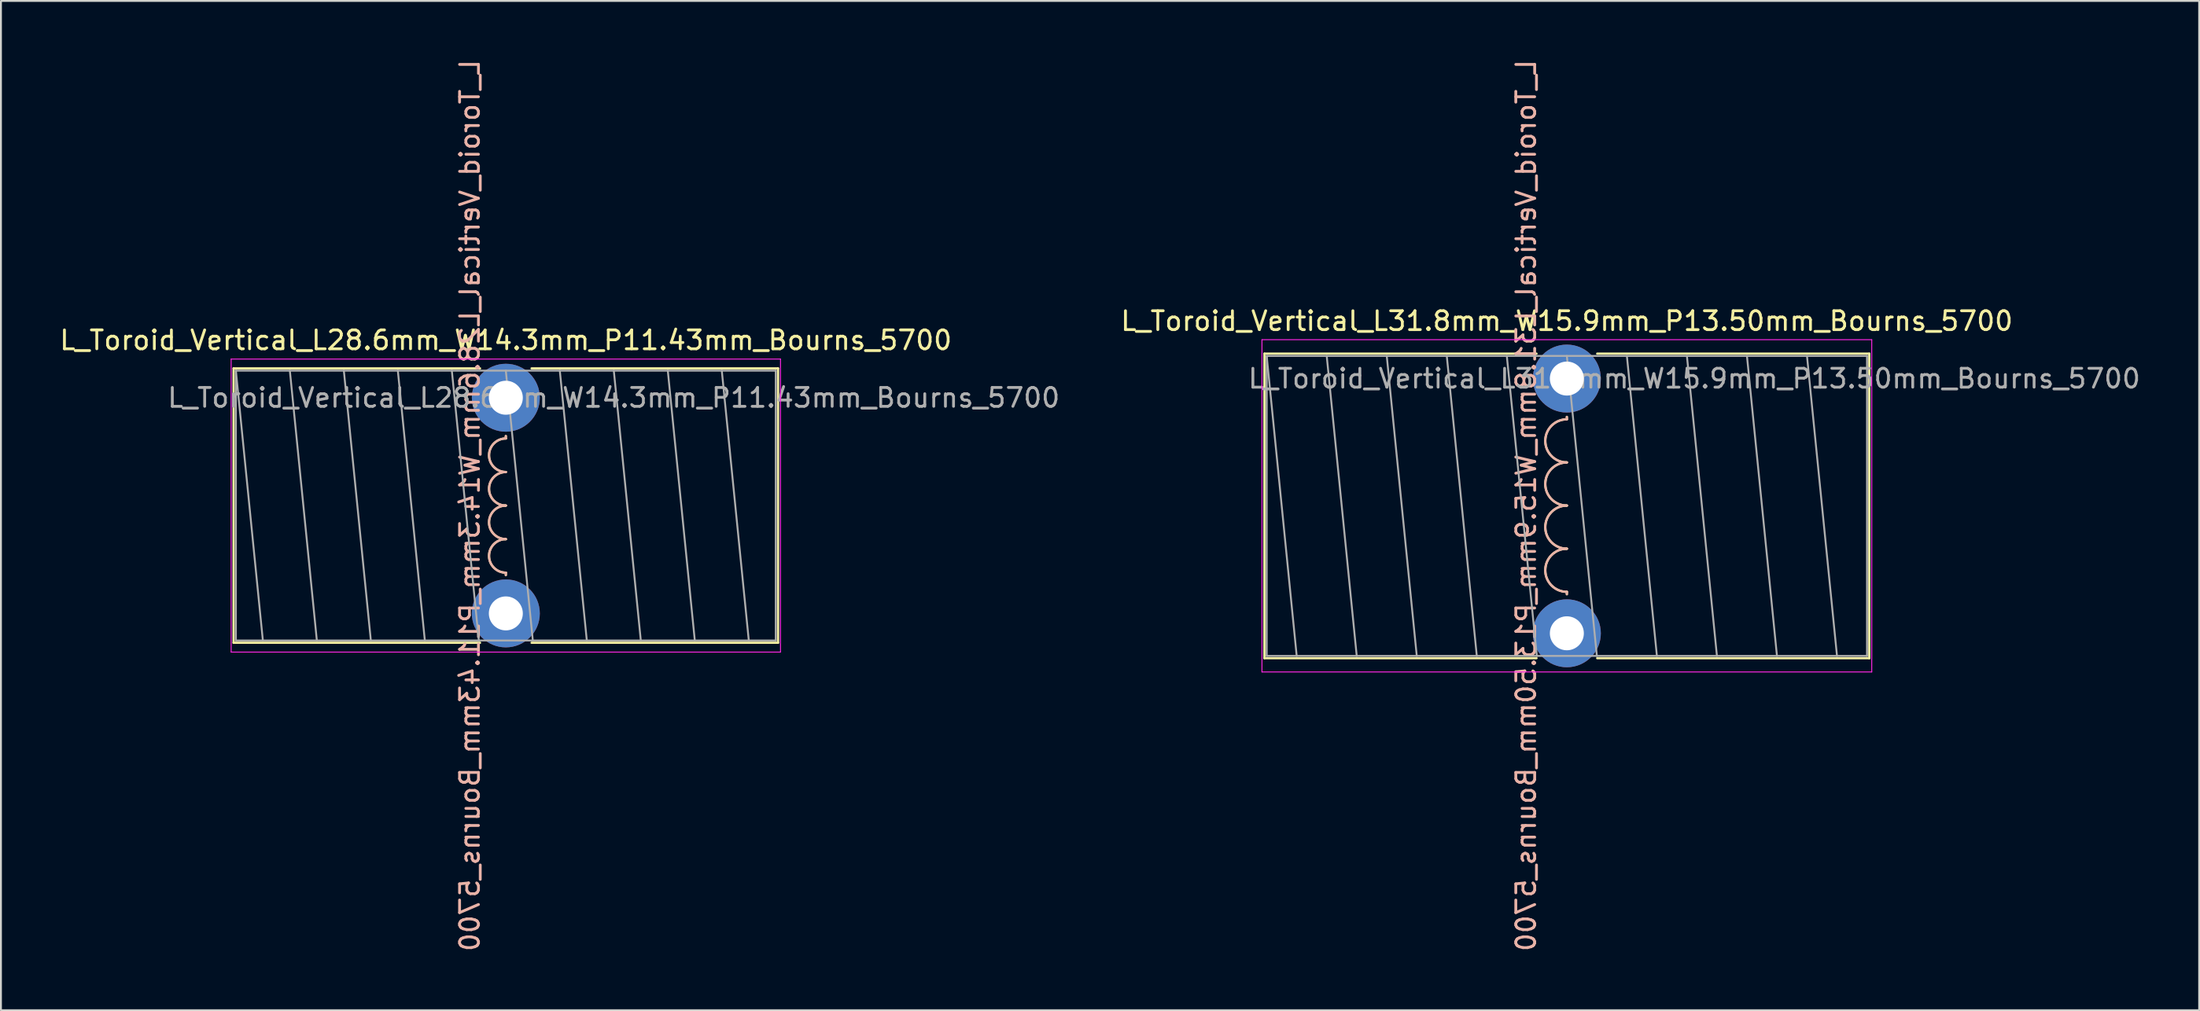
<source format=kicad_pcb>
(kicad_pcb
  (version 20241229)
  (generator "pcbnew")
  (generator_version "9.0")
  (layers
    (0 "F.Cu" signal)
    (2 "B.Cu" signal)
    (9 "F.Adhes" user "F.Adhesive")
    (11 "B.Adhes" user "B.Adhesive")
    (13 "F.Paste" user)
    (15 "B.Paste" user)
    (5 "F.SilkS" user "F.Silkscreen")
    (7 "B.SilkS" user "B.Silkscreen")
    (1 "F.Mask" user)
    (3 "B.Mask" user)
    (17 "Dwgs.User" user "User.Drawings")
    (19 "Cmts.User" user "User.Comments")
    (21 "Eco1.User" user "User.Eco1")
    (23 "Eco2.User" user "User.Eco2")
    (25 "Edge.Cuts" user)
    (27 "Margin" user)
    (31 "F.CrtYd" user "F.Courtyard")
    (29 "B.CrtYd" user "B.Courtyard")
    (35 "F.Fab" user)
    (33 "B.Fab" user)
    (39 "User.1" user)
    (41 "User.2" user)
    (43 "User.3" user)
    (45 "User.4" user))
  (footprint "L_Toroid_Vertical_L28.6mm_W14.3mm_P11.43mm_Bourns_5700"
    (layer "F.Cu")
    (at 23.744 18.029)
    (property "Reference" "L_Toroid_Vertical_L28.6mm_W14.3mm_P11.43mm_Bourns_5700" (at 0 -3.05 0) (layer "F.SilkS") (effects (font (size 1 1) (thickness 0.15))))
    (fp_line (start -14.42 -1.555) (end -14.42 12.985) (stroke (width 0.12) (type solid)) (layer "F.SilkS"))
    (fp_line (start -14.42 -1.555) (end -1.365 -1.555) (stroke (width 0.12) (type solid)) (layer "F.SilkS"))
    (fp_line (start -14.42 12.985) (end -1.365 12.985) (stroke (width 0.12) (type solid)) (layer "F.SilkS"))
    (fp_line (start 0 2.159) (end 0 2.032) (stroke (width 0.12) (type solid)) (layer "F.SilkS"))
    (fp_line (start 0 9.271) (end 0 9.398) (stroke (width 0.12) (type solid)) (layer "F.SilkS"))
    (fp_line (start 1.365 -1.555) (end 14.42 -1.555) (stroke (width 0.12) (type solid)) (layer "F.SilkS"))
    (fp_line (start 1.365 12.985) (end 14.42 12.985) (stroke (width 0.12) (type solid)) (layer "F.SilkS"))
    (fp_line (start 14.42 -1.555) (end 14.42 12.985) (stroke (width 0.12) (type solid)) (layer "F.SilkS"))
    (fp_arc (start 0 3.937) (mid -0.889 3.048) (end 0 2.159) (stroke (width 0.12) (type solid)) (layer "F.SilkS"))
    (fp_arc (start 0 5.715) (mid -0.889 4.826) (end 0 3.937) (stroke (width 0.12) (type solid)) (layer "F.SilkS"))
    (fp_arc (start 0 7.493) (mid -0.889 6.604) (end 0 5.715) (stroke (width 0.12) (type solid)) (layer "F.SilkS"))
    (fp_arc (start 0 9.271) (mid -0.889 8.382) (end 0 7.493) (stroke (width 0.12) (type solid)) (layer "F.SilkS"))
    (fp_line (start 0 2.159) (end 0 2.032) (stroke (width 0.12) (type solid)) (layer "B.SilkS"))
    (fp_line (start 0 9.271) (end 0 9.398) (stroke (width 0.12) (type solid)) (layer "B.SilkS"))
    (fp_arc (start 0 3.937) (mid -0.889 3.048) (end 0 2.159) (stroke (width 0.12) (type solid)) (layer "B.SilkS"))
    (fp_arc (start 0 5.715) (mid -0.889 4.826) (end 0 3.937) (stroke (width 0.12) (type solid)) (layer "B.SilkS"))
    (fp_arc (start 0 7.493) (mid -0.889 6.604) (end 0 5.715) (stroke (width 0.12) (type solid)) (layer "B.SilkS"))
    (fp_arc (start 0 9.271) (mid -0.889 8.382) (end 0 7.493) (stroke (width 0.12) (type solid)) (layer "B.SilkS"))
    (fp_line (start -14.55 -2.05) (end -14.55 13.48) (stroke (width 0.05) (type solid)) (layer "F.CrtYd"))
    (fp_line (start -14.55 13.48) (end 14.55 13.48) (stroke (width 0.05) (type solid)) (layer "F.CrtYd"))
    (fp_line (start 14.55 -2.05) (end -14.55 -2.05) (stroke (width 0.05) (type solid)) (layer "F.CrtYd"))
    (fp_line (start 14.55 13.48) (end 14.55 -2.05) (stroke (width 0.05) (type solid)) (layer "F.CrtYd"))
    (fp_line (start -14.3 -1.435) (end -14.3 12.865) (stroke (width 0.1) (type solid)) (layer "F.Fab"))
    (fp_line (start -14.3 -1.435) (end -12.87 12.865) (stroke (width 0.1) (type solid)) (layer "F.Fab"))
    (fp_line (start -14.3 12.865) (end 14.3 12.865) (stroke (width 0.1) (type solid)) (layer "F.Fab"))
    (fp_line (start -11.44 -1.435) (end -10.01 12.865) (stroke (width 0.1) (type solid)) (layer "F.Fab"))
    (fp_line (start -8.58 -1.435) (end -7.15 12.865) (stroke (width 0.1) (type solid)) (layer "F.Fab"))
    (fp_line (start -5.72 -1.435) (end -4.29 12.865) (stroke (width 0.1) (type solid)) (layer "F.Fab"))
    (fp_line (start -2.86 -1.435) (end -1.43 12.865) (stroke (width 0.1) (type solid)) (layer "F.Fab"))
    (fp_line (start 0 -1.435) (end 1.43 12.865) (stroke (width 0.1) (type solid)) (layer "F.Fab"))
    (fp_line (start 2.86 -1.435) (end 4.29 12.865) (stroke (width 0.1) (type solid)) (layer "F.Fab"))
    (fp_line (start 5.72 -1.435) (end 7.15 12.865) (stroke (width 0.1) (type solid)) (layer "F.Fab"))
    (fp_line (start 8.58 -1.435) (end 10.01 12.865) (stroke (width 0.1) (type solid)) (layer "F.Fab"))
    (fp_line (start 11.44 -1.435) (end 12.87 12.865) (stroke (width 0.1) (type solid)) (layer "F.Fab"))
    (fp_line (start 14.3 -1.435) (end -14.3 -1.435) (stroke (width 0.1) (type solid)) (layer "F.Fab"))
    (fp_line (start 14.3 12.865) (end 14.3 -1.435) (stroke (width 0.1) (type solid)) (layer "F.Fab"))
    (fp_text user "${REFERENCE}" (at -1.905 5.715 90) (layer "B.SilkS") (effects (font (size 1 1) (thickness 0.15)) (justify mirror)))
    (fp_text user "${REFERENCE}" (at 5.715 0 0) (layer "F.Fab") (effects (font (size 1 1) (thickness 0.15))))
    (pad "1" thru_hole circle (at 0 0) (size 3.6 3.6) (drill 1.8) (layers "*.Cu" "*.Mask"))
    (pad "2" thru_hole circle (at 0 11.43) (size 3.6 3.6) (drill 1.8) (layers "*.Cu" "*.Mask")))
  (footprint "L_Toroid_Vertical_L31.8mm_W15.9mm_P13.50mm_Bourns_5700"
    (layer "F.Cu")
    (at 79.947 17.013)
    (property "Reference" "L_Toroid_Vertical_L31.8mm_W15.9mm_P13.50mm_Bourns_5700" (at 0 -3.05 0) (layer "F.SilkS") (effects (font (size 1 1) (thickness 0.15))))
    (fp_line (start -16.02 -1.32) (end -16.02 14.82) (stroke (width 0.12) (type solid)) (layer "F.SilkS"))
    (fp_line (start -16.02 -1.32) (end -1.608 -1.32) (stroke (width 0.12) (type solid)) (layer "F.SilkS"))
    (fp_line (start -16.02 14.82) (end -1.608 14.82) (stroke (width 0.12) (type solid)) (layer "F.SilkS"))
    (fp_line (start 0 2.159) (end 0 2.032) (stroke (width 0.12) (type solid)) (layer "F.SilkS"))
    (fp_line (start 0 11.303) (end 0 11.43) (stroke (width 0.12) (type solid)) (layer "F.SilkS"))
    (fp_line (start 1.608 -1.32) (end 16.02 -1.32) (stroke (width 0.12) (type solid)) (layer "F.SilkS"))
    (fp_line (start 1.608 14.82) (end 16.02 14.82) (stroke (width 0.12) (type solid)) (layer "F.SilkS"))
    (fp_line (start 16.02 -1.32) (end 16.02 14.82) (stroke (width 0.12) (type solid)) (layer "F.SilkS"))
    (fp_arc (start 0 4.445) (mid -1.143 3.302) (end 0 2.159) (stroke (width 0.12) (type solid)) (layer "F.SilkS"))
    (fp_arc (start 0 6.731) (mid -1.143 5.588) (end 0 4.445) (stroke (width 0.12) (type solid)) (layer "F.SilkS"))
    (fp_arc (start 0 9.017) (mid -1.143 7.874) (end 0 6.731) (stroke (width 0.12) (type solid)) (layer "F.SilkS"))
    (fp_arc (start 0 11.303) (mid -1.143 10.16) (end 0 9.017) (stroke (width 0.12) (type solid)) (layer "F.SilkS"))
    (fp_line (start 0 2.159) (end 0 2.032) (stroke (width 0.12) (type solid)) (layer "B.SilkS"))
    (fp_line (start 0 11.303) (end 0 11.43) (stroke (width 0.12) (type solid)) (layer "B.SilkS"))
    (fp_arc (start 0 4.445) (mid -1.143 3.302) (end 0 2.159) (stroke (width 0.12) (type solid)) (layer "B.SilkS"))
    (fp_arc (start 0 6.731) (mid -1.143 5.588) (end 0 4.445) (stroke (width 0.12) (type solid)) (layer "B.SilkS"))
    (fp_arc (start 0 9.017) (mid -1.143 7.874) (end 0 6.731) (stroke (width 0.12) (type solid)) (layer "B.SilkS"))
    (fp_arc (start 0 11.303) (mid -1.143 10.16) (end 0 9.017) (stroke (width 0.12) (type solid)) (layer "B.SilkS"))
    (fp_line (start -16.15 -2.06) (end -16.15 15.55) (stroke (width 0.05) (type solid)) (layer "F.CrtYd"))
    (fp_line (start -16.15 15.55) (end 16.15 15.55) (stroke (width 0.05) (type solid)) (layer "F.CrtYd"))
    (fp_line (start 16.15 -2.06) (end -16.15 -2.06) (stroke (width 0.05) (type solid)) (layer "F.CrtYd"))
    (fp_line (start 16.15 15.55) (end 16.15 -2.06) (stroke (width 0.05) (type solid)) (layer "F.CrtYd"))
    (fp_line (start -15.9 -1.2) (end -15.9 14.7) (stroke (width 0.1) (type solid)) (layer "F.Fab"))
    (fp_line (start -15.9 -1.2) (end -14.31 14.7) (stroke (width 0.1) (type solid)) (layer "F.Fab"))
    (fp_line (start -15.9 14.7) (end 15.9 14.7) (stroke (width 0.1) (type solid)) (layer "F.Fab"))
    (fp_line (start -12.72 -1.2) (end -11.13 14.7) (stroke (width 0.1) (type solid)) (layer "F.Fab"))
    (fp_line (start -9.54 -1.2) (end -7.95 14.7) (stroke (width 0.1) (type solid)) (layer "F.Fab"))
    (fp_line (start -6.36 -1.2) (end -4.77 14.7) (stroke (width 0.1) (type solid)) (layer "F.Fab"))
    (fp_line (start -3.18 -1.2) (end -1.59 14.7) (stroke (width 0.1) (type solid)) (layer "F.Fab"))
    (fp_line (start 0 -1.2) (end 1.59 14.7) (stroke (width 0.1) (type solid)) (layer "F.Fab"))
    (fp_line (start 3.18 -1.2) (end 4.77 14.7) (stroke (width 0.1) (type solid)) (layer "F.Fab"))
    (fp_line (start 6.36 -1.2) (end 7.95 14.7) (stroke (width 0.1) (type solid)) (layer "F.Fab"))
    (fp_line (start 9.54 -1.2) (end 11.13 14.7) (stroke (width 0.1) (type solid)) (layer "F.Fab"))
    (fp_line (start 12.72 -1.2) (end 14.31 14.7) (stroke (width 0.1) (type solid)) (layer "F.Fab"))
    (fp_line (start 15.9 -1.2) (end -15.9 -1.2) (stroke (width 0.1) (type solid)) (layer "F.Fab"))
    (fp_line (start 15.9 14.7) (end 15.9 -1.2) (stroke (width 0.1) (type solid)) (layer "F.Fab"))
    (fp_text user "${REFERENCE}" (at -2.159 6.731 90) (layer "B.SilkS") (effects (font (size 1 1) (thickness 0.15)) (justify mirror)))
    (fp_text user "${REFERENCE}" (at 6.75 0 0) (layer "F.Fab") (effects (font (size 1 1) (thickness 0.15))))
    (pad "1" thru_hole circle (at 0 0) (size 3.6 3.6) (drill 1.8) (layers "*.Cu" "*.Mask"))
    (pad "2" thru_hole circle (at 0 13.5) (size 3.6 3.6) (drill 1.8) (layers "*.Cu" "*.Mask")))
  (gr_rect
    (start -3 -3)
    (end 113.441 50.488)
    (stroke (width 0.1) (type default))
    (fill no)
    (layer "Edge.Cuts")))
</source>
